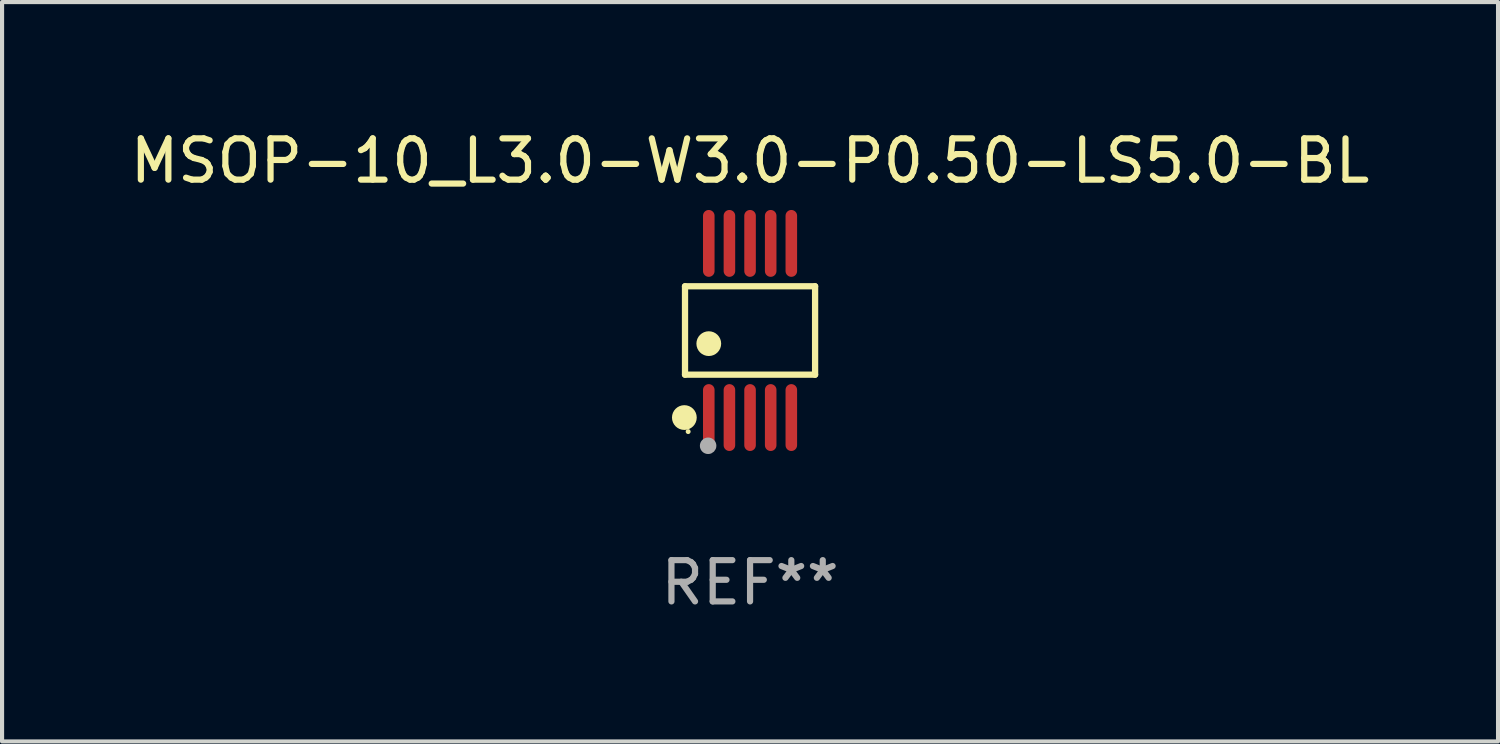
<source format=kicad_pcb>
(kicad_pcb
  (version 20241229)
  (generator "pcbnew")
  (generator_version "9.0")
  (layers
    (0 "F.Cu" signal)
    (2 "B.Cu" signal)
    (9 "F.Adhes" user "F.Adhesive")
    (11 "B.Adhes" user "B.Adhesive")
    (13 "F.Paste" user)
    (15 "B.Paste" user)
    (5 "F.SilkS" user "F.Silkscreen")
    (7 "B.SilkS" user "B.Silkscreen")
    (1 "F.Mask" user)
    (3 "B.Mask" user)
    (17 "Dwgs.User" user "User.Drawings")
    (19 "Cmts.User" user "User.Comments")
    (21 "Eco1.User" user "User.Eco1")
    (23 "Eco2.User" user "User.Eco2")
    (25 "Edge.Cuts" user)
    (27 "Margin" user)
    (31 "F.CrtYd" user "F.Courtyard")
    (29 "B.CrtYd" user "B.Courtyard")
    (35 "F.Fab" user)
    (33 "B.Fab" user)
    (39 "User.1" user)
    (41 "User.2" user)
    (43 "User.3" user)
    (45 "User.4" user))
  (footprint "MSOP-10_L3.0-W3.0-P0.50-LS5.0-BL"
    (layer "F.Cu")
    (at 15.125 4.958)
    (property "Reference" "MSOP-10_L3.0-W3.0-P0.50-LS5.0-BL" (at 0 -4.11 0) (layer "F.SilkS") (effects (font (size 1 1) (thickness 0.15))))
    (attr smd)
    (fp_line (start -1.576 -1.071) (end 1.576 -1.071) (stroke (width 0.152) (type solid)) (layer "F.SilkS"))
    (fp_line (start -1.576 1.071) (end -1.576 -1.071) (stroke (width 0.152) (type solid)) (layer "F.SilkS"))
    (fp_line (start 1.576 -1.071) (end 1.576 1.071) (stroke (width 0.152) (type solid)) (layer "F.SilkS"))
    (fp_line (start 1.576 1.071) (end -1.576 1.071) (stroke (width 0.152) (type solid)) (layer "F.SilkS"))
    (fp_circle (center -1.592 2.11) (end -1.442 2.11) (stroke (width 0.3) (type solid)) (fill no) (layer "F.SilkS"))
    (fp_circle (center -1.5 2.45) (end -1.47 2.45) (stroke (width 0.06) (type solid)) (fill no) (layer "F.SilkS"))
    (fp_circle (center -1 0.319) (end -0.85 0.319) (stroke (width 0.3) (type solid)) (fill no) (layer "F.SilkS"))
    (fp_circle (center -1.016 2.794) (end -0.916 2.794) (stroke (width 0.2) (type solid)) (fill no) (layer "F.Fab"))
    (fp_text user "REF**" (at 0 6.11 0) (layer "F.Fab") (effects (font (size 1 1) (thickness 0.15))))
    (pad "1" smd oval (at -1 2.11) (size 0.28 1.62) (layers "F.Cu" "F.Mask" "F.Paste"))
    (pad "2" smd oval (at -0.5 2.11) (size 0.28 1.62) (layers "F.Cu" "F.Mask" "F.Paste"))
    (pad "3" smd oval (at 0 2.11) (size 0.28 1.62) (layers "F.Cu" "F.Mask" "F.Paste"))
    (pad "4" smd oval (at 0.5 2.11) (size 0.28 1.62) (layers "F.Cu" "F.Mask" "F.Paste"))
    (pad "5" smd oval (at 1 2.11) (size 0.28 1.62) (layers "F.Cu" "F.Mask" "F.Paste"))
    (pad "6" smd oval (at 1 -2.11) (size 0.28 1.62) (layers "F.Cu" "F.Mask" "F.Paste"))
    (pad "7" smd oval (at 0.5 -2.11) (size 0.28 1.62) (layers "F.Cu" "F.Mask" "F.Paste"))
    (pad "8" smd oval (at 0 -2.11) (size 0.28 1.62) (layers "F.Cu" "F.Mask" "F.Paste"))
    (pad "9" smd oval (at -0.5 -2.11) (size 0.28 1.62) (layers "F.Cu" "F.Mask" "F.Paste"))
    (pad "10" smd oval (at -1 -2.11) (size 0.28 1.62) (layers "F.Cu" "F.Mask" "F.Paste")))
  (gr_rect
    (start -3 -3)
    (end 33.25 14.916)
    (stroke (width 0.1) (type default))
    (fill no)
    (layer "Edge.Cuts")))
</source>
